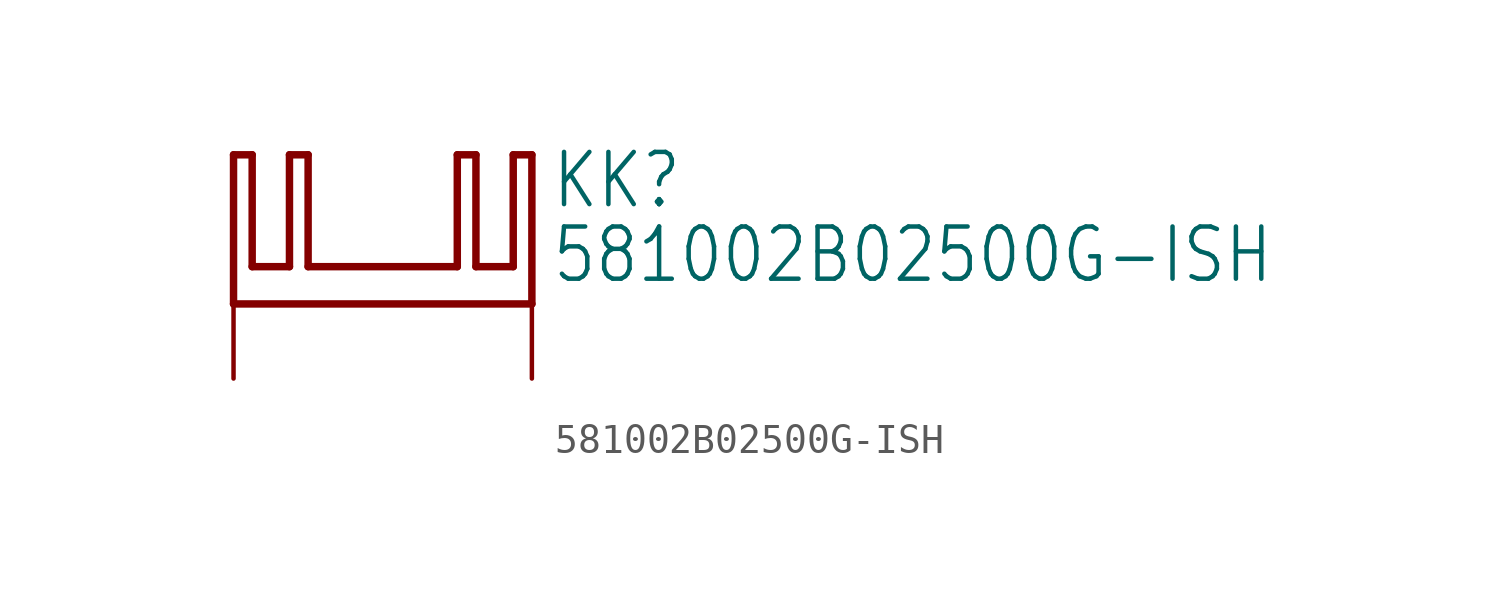
<source format=kicad_sym>
(kicad_symbol_lib
  (version 20211014)
  (generator kicad_symbol_editor)
  (symbol "581002B02500G-ISH"
    (property "Reference" "KK"
      (at 5.715 3.175 0)
      (effects (font (size 1.778 1.511)) (justify left bottom)))
    (property "Value" "581002B02500G-ISH"
      (at 5.715 0.635 0)
      (effects (font (size 1.778 1.511)) (justify left bottom)))
    (property "ki_locked" ""
      (at 0 0 0)
      (effects (font (size 1.27 1.27))))
    (symbol "581002B02500G-ISH_1_0"
      (polyline (pts (xy -5.08 0) (xy 5.08 0)) (stroke (width 0.254) (type default) (color 0 0 0 0)) (fill (type none)))
      (polyline (pts (xy -5.08 5.08) (xy -5.08 0)) (stroke (width 0.254) (type default) (color 0 0 0 0)) (fill (type none)))
      (polyline (pts (xy -4.445 1.27) (xy -4.445 5.08)) (stroke (width 0.254) (type default) (color 0 0 0 0)) (fill (type none)))
      (polyline (pts (xy -4.445 5.08) (xy -5.08 5.08)) (stroke (width 0.254) (type default) (color 0 0 0 0)) (fill (type none)))
      (polyline (pts (xy -3.175 1.27) (xy -4.445 1.27)) (stroke (width 0.254) (type default) (color 0 0 0 0)) (fill (type none)))
      (polyline (pts (xy -3.175 5.08) (xy -3.175 1.27)) (stroke (width 0.254) (type default) (color 0 0 0 0)) (fill (type none)))
      (polyline (pts (xy -2.54 1.27) (xy -2.54 5.08)) (stroke (width 0.254) (type default) (color 0 0 0 0)) (fill (type none)))
      (polyline (pts (xy -2.54 5.08) (xy -3.175 5.08)) (stroke (width 0.254) (type default) (color 0 0 0 0)) (fill (type none)))
      (polyline (pts (xy 2.54 1.27) (xy -2.54 1.27)) (stroke (width 0.254) (type default) (color 0 0 0 0)) (fill (type none)))
      (polyline (pts (xy 2.54 5.08) (xy 2.54 1.27)) (stroke (width 0.254) (type default) (color 0 0 0 0)) (fill (type none)))
      (polyline (pts (xy 3.175 1.27) (xy 3.175 5.08)) (stroke (width 0.254) (type default) (color 0 0 0 0)) (fill (type none)))
      (polyline (pts (xy 3.175 5.08) (xy 2.54 5.08)) (stroke (width 0.254) (type default) (color 0 0 0 0)) (fill (type none)))
      (polyline (pts (xy 4.445 1.27) (xy 3.175 1.27)) (stroke (width 0.254) (type default) (color 0 0 0 0)) (fill (type none)))
      (polyline (pts (xy 4.445 5.08) (xy 4.445 1.27)) (stroke (width 0.254) (type default) (color 0 0 0 0)) (fill (type none)))
      (polyline (pts (xy 5.08 0) (xy 5.08 5.08)) (stroke (width 0.254) (type default) (color 0 0 0 0)) (fill (type none)))
      (polyline (pts (xy 5.08 5.08) (xy 4.445 5.08)) (stroke (width 0.254) (type default) (color 0 0 0 0)) (fill (type none)))
      (pin passive line (at -5.08 -2.54 90) (length 2.54) (name "K@1" (effects (font (size 0 0)))) (number "B" (effects (font (size 0 0)))))
      (pin passive line (at 5.08 -2.54 90) (length 2.54) (name "K@2" (effects (font (size 0 0)))) (number "B1" (effects (font (size 0 0))))))))
</source>
